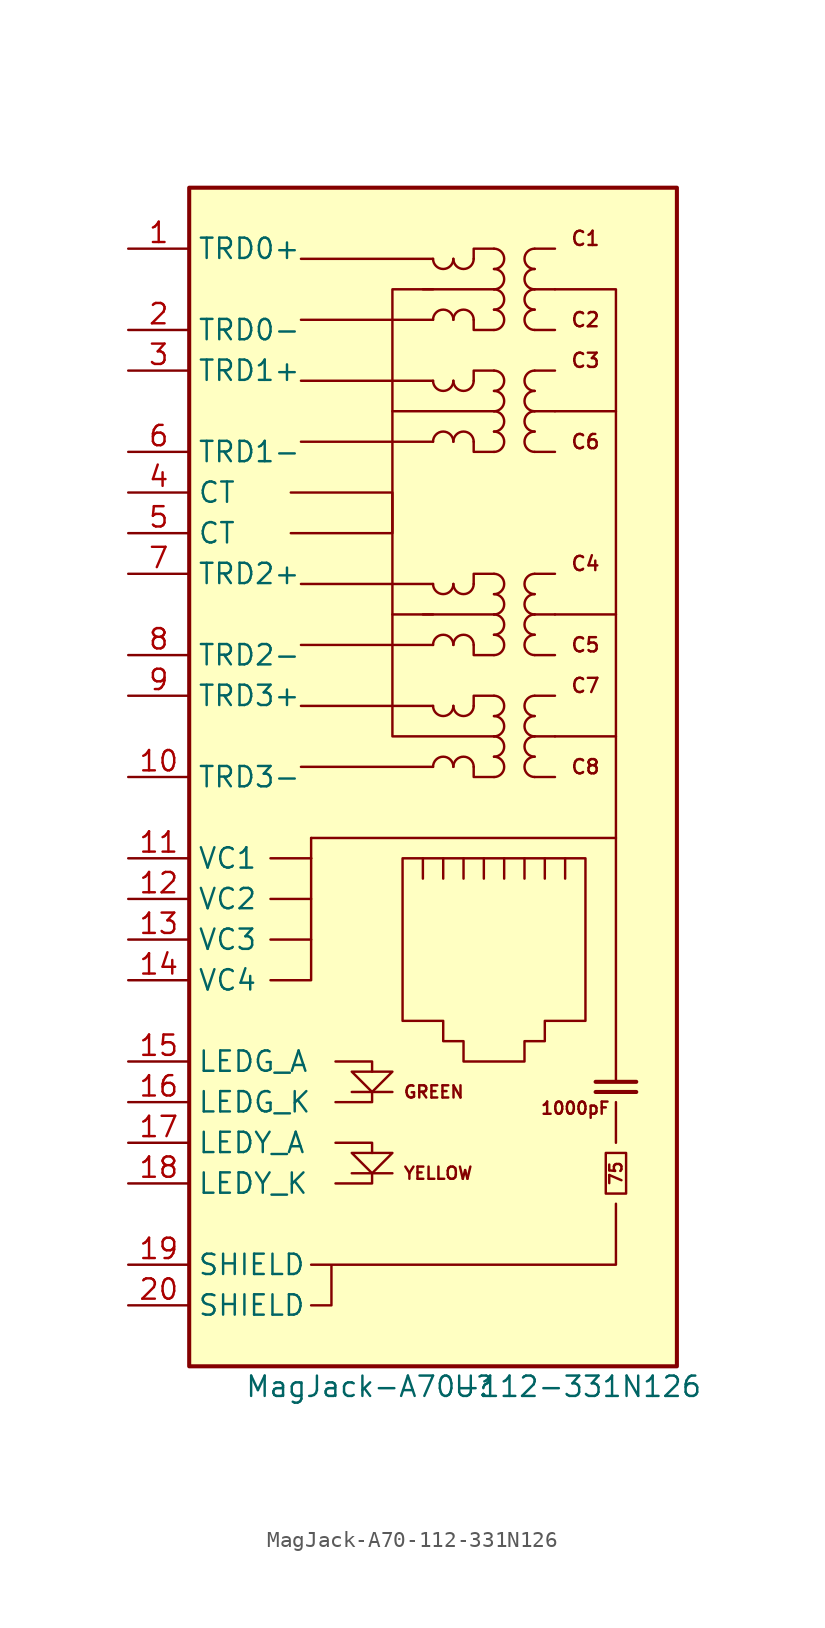
<source format=kicad_sym>
(kicad_symbol_lib
  (version 20220328)
  (generator kicad_symbol_editor)
  (symbol "MagJack-A70-112-331N126"
    (property "Reference" "U"
      (at 0 0 0)
      (effects (font (size 1.27 1.27))))
    (property "Value" "MagJack-A70-112-331N126"
      (at 0 0 0)
      (effects (font (size 1.27 1.27))))
    (symbol "MagJack-A70-112-331N126_0_1"
      (polyline (pts (xy 1.27 40.64) (xy -5.08 40.64) (xy -5.08 48.26) (xy -2.54 48.26) (xy -5.08 48.26)) (stroke (width 0) (type default)) (fill (type none)))
      (polyline (pts (xy 1.27 60.96) (xy -5.08 60.96) (xy -5.08 68.58) (xy -2.54 68.58) (xy -5.08 68.58)) (stroke (width 0) (type default)) (fill (type none))))
    (symbol "MagJack-A70-112-331N126_1_1"
      (rectangle (start -17.78 1.27) (end 12.7 74.93) (stroke (width 0.254) (type default)) (fill (type background)))
      (arc (start -2.54 42.545) (mid -1.905 41.91) (end -1.27 42.545) (stroke (width 0) (type default)) (fill (type none)))
      (arc (start -2.54 50.165) (mid -1.905 49.53) (end -1.27 50.165) (stroke (width 0) (type default)) (fill (type none)))
      (arc (start -2.54 62.865) (mid -1.905 62.23) (end -1.27 62.865) (stroke (width 0) (type default)) (fill (type none)))
      (arc (start -2.54 70.485) (mid -1.905 69.85) (end -1.27 70.485) (stroke (width 0) (type default)) (fill (type none)))
      (arc (start -1.27 38.735) (mid -1.905 39.37) (end -2.54 38.735) (stroke (width 0) (type default)) (fill (type none)))
      (arc (start -1.27 42.545) (mid -0.635 41.91) (end 0 42.545) (stroke (width 0) (type default)) (fill (type none)))
      (arc (start -1.27 46.355) (mid -1.905 46.99) (end -2.54 46.355) (stroke (width 0) (type default)) (fill (type none)))
      (arc (start -1.27 50.165) (mid -0.635 49.53) (end 0 50.165) (stroke (width 0) (type default)) (fill (type none)))
      (arc (start -1.27 59.055) (mid -1.905 59.69) (end -2.54 59.055) (stroke (width 0) (type default)) (fill (type none)))
      (arc (start -1.27 62.865) (mid -0.635 62.23) (end 0 62.865) (stroke (width 0) (type default)) (fill (type none)))
      (arc (start -1.27 66.675) (mid -1.905 67.31) (end -2.54 66.675) (stroke (width 0) (type default)) (fill (type none)))
      (arc (start -1.27 70.485) (mid -0.635 69.85) (end 0 70.485) (stroke (width 0) (type default)) (fill (type none)))
      (polyline (pts (xy -12.7 27.94) (xy -10.16 27.94)) (stroke (width 0) (type default)) (fill (type none)))
      (polyline (pts (xy -12.7 30.48) (xy -10.16 30.48)) (stroke (width 0) (type default)) (fill (type none)))
      (polyline (pts (xy -12.7 33.02) (xy -10.16 33.02)) (stroke (width 0) (type default)) (fill (type none)))
      (polyline (pts (xy -10.16 33.02) (xy -10.16 34.29)) (stroke (width 0) (type default)) (fill (type none)))
      (polyline (pts (xy -5.08 13.335) (xy -7.62 13.335)) (stroke (width 0) (type default)) (fill (type none)))
      (polyline (pts (xy -5.08 18.415) (xy -7.62 18.415)) (stroke (width 0) (type default)) (fill (type none)))
      (polyline (pts (xy -5.08 48.26) (xy -5.08 60.96)) (stroke (width 0) (type default)) (fill (type none)))
      (polyline (pts (xy -3.175 31.75) (xy -3.175 33.02)) (stroke (width 0) (type default)) (fill (type none)))
      (polyline (pts (xy -3.175 48.26) (xy 1.27 48.26)) (stroke (width 0) (type default)) (fill (type none)))
      (polyline (pts (xy -3.175 68.58) (xy 1.27 68.58)) (stroke (width 0) (type default)) (fill (type none)))
      (polyline (pts (xy -2.54 38.735) (xy -10.795 38.735)) (stroke (width 0) (type default)) (fill (type none)))
      (polyline (pts (xy -2.54 42.545) (xy -10.795 42.545)) (stroke (width 0) (type default)) (fill (type none)))
      (polyline (pts (xy -2.54 46.355) (xy -10.795 46.355)) (stroke (width 0) (type default)) (fill (type none)))
      (polyline (pts (xy -2.54 50.165) (xy -10.795 50.165)) (stroke (width 0) (type default)) (fill (type none)))
      (polyline (pts (xy -2.54 59.055) (xy -10.795 59.055)) (stroke (width 0) (type default)) (fill (type none)))
      (polyline (pts (xy -2.54 62.865) (xy -10.795 62.865)) (stroke (width 0) (type default)) (fill (type none)))
      (polyline (pts (xy -2.54 66.675) (xy -10.795 66.675)) (stroke (width 0) (type default)) (fill (type none)))
      (polyline (pts (xy -2.54 70.485) (xy -10.795 70.485)) (stroke (width 0) (type default)) (fill (type none)))
      (polyline (pts (xy -1.905 33.02) (xy -1.905 31.75)) (stroke (width 0) (type default)) (fill (type none)))
      (polyline (pts (xy -0.635 33.02) (xy -0.635 31.75)) (stroke (width 0) (type default)) (fill (type none)))
      (polyline (pts (xy 0.635 33.02) (xy 0.635 31.75)) (stroke (width 0) (type default)) (fill (type none)))
      (polyline (pts (xy 1.905 33.02) (xy 1.905 31.75)) (stroke (width 0) (type default)) (fill (type none)))
      (polyline (pts (xy 3.175 33.02) (xy 3.175 31.75)) (stroke (width 0) (type default)) (fill (type none)))
      (polyline (pts (xy 3.81 38.1) (xy 5.08 38.1)) (stroke (width 0) (type default)) (fill (type none)))
      (polyline (pts (xy 3.81 40.64) (xy 5.08 40.64)) (stroke (width 0) (type default)) (fill (type none)))
      (polyline (pts (xy 3.81 43.18) (xy 5.08 43.18)) (stroke (width 0) (type default)) (fill (type none)))
      (polyline (pts (xy 3.81 45.72) (xy 5.08 45.72)) (stroke (width 0) (type default)) (fill (type none)))
      (polyline (pts (xy 3.81 48.26) (xy 5.08 48.26)) (stroke (width 0) (type default)) (fill (type none)))
      (polyline (pts (xy 3.81 50.8) (xy 5.08 50.8)) (stroke (width 0) (type default)) (fill (type none)))
      (polyline (pts (xy 3.81 58.42) (xy 5.08 58.42)) (stroke (width 0) (type default)) (fill (type none)))
      (polyline (pts (xy 3.81 60.96) (xy 5.08 60.96)) (stroke (width 0) (type default)) (fill (type none)))
      (polyline (pts (xy 3.81 63.5) (xy 5.08 63.5)) (stroke (width 0) (type default)) (fill (type none)))
      (polyline (pts (xy 3.81 66.04) (xy 5.08 66.04)) (stroke (width 0) (type default)) (fill (type none)))
      (polyline (pts (xy 3.81 68.58) (xy 5.08 68.58)) (stroke (width 0) (type default)) (fill (type none)))
      (polyline (pts (xy 3.81 71.12) (xy 5.08 71.12)) (stroke (width 0) (type default)) (fill (type none)))
      (polyline (pts (xy 4.445 31.75) (xy 4.445 33.02)) (stroke (width 0) (type default)) (fill (type none)))
      (polyline (pts (xy 5.08 40.64) (xy 8.89 40.64)) (stroke (width 0) (type default)) (fill (type none)))
      (polyline (pts (xy 5.08 48.26) (xy 8.89 48.26)) (stroke (width 0) (type default)) (fill (type none)))
      (polyline (pts (xy 5.08 60.96) (xy 8.89 60.96)) (stroke (width 0) (type default)) (fill (type none)))
      (polyline (pts (xy 5.715 31.75) (xy 5.715 33.02)) (stroke (width 0) (type default)) (fill (type none)))
      (polyline (pts (xy 7.62 18.415) (xy 10.16 18.415)) (stroke (width 0.254) (type default)) (fill (type none)))
      (polyline (pts (xy 7.62 19.05) (xy 10.16 19.05)) (stroke (width 0.254) (type default)) (fill (type none)))
      (polyline (pts (xy 8.89 15.24) (xy 8.89 17.78)) (stroke (width 0) (type default)) (fill (type none)))
      (polyline (pts (xy 8.89 19.05) (xy 8.89 34.29)) (stroke (width 0) (type default)) (fill (type none)))
      (polyline (pts (xy -10.16 33.02) (xy -10.16 25.4) (xy -12.7 25.4)) (stroke (width 0) (type default)) (fill (type none)))
      (polyline (pts (xy -8.636 12.7) (xy -6.35 12.7) (xy -6.35 13.335)) (stroke (width 0) (type default)) (fill (type none)))
      (polyline (pts (xy -8.636 15.24) (xy -6.35 15.24) (xy -6.35 14.605)) (stroke (width 0) (type default)) (fill (type none)))
      (polyline (pts (xy -8.636 20.32) (xy -6.35 20.32) (xy -6.35 19.685)) (stroke (width 0) (type default)) (fill (type none)))
      (polyline (pts (xy -6.35 18.415) (xy -6.35 17.78) (xy -8.636 17.78)) (stroke (width 0) (type default)) (fill (type none)))
      (polyline (pts (xy 0 38.735) (xy 0 38.1) (xy 1.27 38.1)) (stroke (width 0) (type default)) (fill (type none)))
      (polyline (pts (xy 0 46.355) (xy 0 45.72) (xy 1.27 45.72)) (stroke (width 0) (type default)) (fill (type none)))
      (polyline (pts (xy 0 59.055) (xy 0 58.42) (xy 1.27 58.42)) (stroke (width 0) (type default)) (fill (type none)))
      (polyline (pts (xy 0 66.675) (xy 0 66.04) (xy 1.27 66.04)) (stroke (width 0) (type default)) (fill (type none)))
      (polyline (pts (xy 1.27 43.18) (xy 0 43.18) (xy 0 42.545)) (stroke (width 0) (type default)) (fill (type none)))
      (polyline (pts (xy 1.27 50.8) (xy 0 50.8) (xy 0 50.165)) (stroke (width 0) (type default)) (fill (type none)))
      (polyline (pts (xy 1.27 63.5) (xy 0 63.5) (xy 0 62.865)) (stroke (width 0) (type default)) (fill (type none)))
      (polyline (pts (xy 1.27 71.12) (xy 0 71.12) (xy 0 70.485)) (stroke (width 0) (type default)) (fill (type none)))
      (polyline (pts (xy -11.43 53.34) (xy -5.08 53.34) (xy -5.08 55.88) (xy -11.43 55.88)) (stroke (width 0) (type default)) (fill (type none)))
      (polyline (pts (xy -10.16 34.29) (xy 8.89 34.29) (xy 8.89 68.58) (xy 5.08 68.58)) (stroke (width 0) (type default)) (fill (type none)))
      (polyline (pts (xy -7.62 19.685) (xy -5.08 19.685) (xy -6.35 18.415) (xy -7.62 19.685)) (stroke (width 0) (type default)) (fill (type none)))
      (polyline (pts (xy -5.08 14.605) (xy -7.62 14.605) (xy -6.35 13.335) (xy -5.08 14.605)) (stroke (width 0) (type default)) (fill (type none)))
      (polyline (pts (xy -10.16 5.08) (xy -8.89 5.08) (xy -8.89 7.62) (xy -10.16 7.62) (xy -8.89 7.62) (xy 8.89 7.62) (xy 8.89 11.43)) (stroke (width 0) (type default)) (fill (type none)))
      (polyline (pts (xy -4.445 33.02) (xy 6.985 33.02) (xy 6.985 22.86) (xy 4.445 22.86) (xy 4.445 21.59) (xy 3.175 21.59) (xy 3.175 20.32) (xy -0.635 20.32) (xy -0.635 21.59) (xy -1.905 21.59) (xy -1.905 22.86) (xy -4.445 22.86) (xy -4.445 33.02)) (stroke (width 0) (type default)) (fill (type none)))
      (arc (start 0 38.735) (mid -0.635 39.37) (end -1.27 38.735) (stroke (width 0) (type default)) (fill (type none)))
      (arc (start 0 46.355) (mid -0.635 46.99) (end -1.27 46.355) (stroke (width 0) (type default)) (fill (type none)))
      (arc (start 0 59.055) (mid -0.635 59.69) (end -1.27 59.055) (stroke (width 0) (type default)) (fill (type none)))
      (arc (start 0 66.675) (mid -0.635 67.31) (end -1.27 66.675) (stroke (width 0) (type default)) (fill (type none)))
      (arc (start 1.27 38.1) (mid 1.905 38.735) (end 1.27 39.37) (stroke (width 0) (type default)) (fill (type none)))
      (arc (start 1.27 39.37) (mid 1.905 40.005) (end 1.27 40.64) (stroke (width 0) (type default)) (fill (type none)))
      (arc (start 1.27 40.64) (mid 1.905 41.275) (end 1.27 41.91) (stroke (width 0) (type default)) (fill (type none)))
      (arc (start 1.27 41.91) (mid 1.905 42.545) (end 1.27 43.18) (stroke (width 0) (type default)) (fill (type none)))
      (arc (start 1.27 45.72) (mid 1.905 46.355) (end 1.27 46.99) (stroke (width 0) (type default)) (fill (type none)))
      (arc (start 1.27 46.99) (mid 1.905 47.625) (end 1.27 48.26) (stroke (width 0) (type default)) (fill (type none)))
      (arc (start 1.27 48.26) (mid 1.905 48.895) (end 1.27 49.53) (stroke (width 0) (type default)) (fill (type none)))
      (arc (start 1.27 49.53) (mid 1.905 50.165) (end 1.27 50.8) (stroke (width 0) (type default)) (fill (type none)))
      (arc (start 1.27 58.42) (mid 1.905 59.055) (end 1.27 59.69) (stroke (width 0) (type default)) (fill (type none)))
      (arc (start 1.27 59.69) (mid 1.905 60.325) (end 1.27 60.96) (stroke (width 0) (type default)) (fill (type none)))
      (arc (start 1.27 60.96) (mid 1.905 61.595) (end 1.27 62.23) (stroke (width 0) (type default)) (fill (type none)))
      (arc (start 1.27 62.23) (mid 1.905 62.865) (end 1.27 63.5) (stroke (width 0) (type default)) (fill (type none)))
      (arc (start 1.27 66.04) (mid 1.905 66.675) (end 1.27 67.31) (stroke (width 0) (type default)) (fill (type none)))
      (arc (start 1.27 67.31) (mid 1.905 67.945) (end 1.27 68.58) (stroke (width 0) (type default)) (fill (type none)))
      (arc (start 1.27 68.58) (mid 1.905 69.215) (end 1.27 69.85) (stroke (width 0) (type default)) (fill (type none)))
      (arc (start 1.27 69.85) (mid 1.905 70.485) (end 1.27 71.12) (stroke (width 0) (type default)) (fill (type none)))
      (arc (start 3.81 39.37) (mid 3.175 38.735) (end 3.81 38.1) (stroke (width 0) (type default)) (fill (type none)))
      (arc (start 3.81 40.64) (mid 3.175 40.005) (end 3.81 39.37) (stroke (width 0) (type default)) (fill (type none)))
      (arc (start 3.81 41.91) (mid 3.175 41.275) (end 3.81 40.64) (stroke (width 0) (type default)) (fill (type none)))
      (arc (start 3.81 43.18) (mid 3.175 42.545) (end 3.81 41.91) (stroke (width 0) (type default)) (fill (type none)))
      (arc (start 3.81 46.99) (mid 3.175 46.355) (end 3.81 45.72) (stroke (width 0) (type default)) (fill (type none)))
      (arc (start 3.81 48.26) (mid 3.175 47.625) (end 3.81 46.99) (stroke (width 0) (type default)) (fill (type none)))
      (arc (start 3.81 49.53) (mid 3.175 48.895) (end 3.81 48.26) (stroke (width 0) (type default)) (fill (type none)))
      (arc (start 3.81 50.8) (mid 3.175 50.165) (end 3.81 49.53) (stroke (width 0) (type default)) (fill (type none)))
      (arc (start 3.81 59.69) (mid 3.175 59.055) (end 3.81 58.42) (stroke (width 0) (type default)) (fill (type none)))
      (arc (start 3.81 60.96) (mid 3.175 60.325) (end 3.81 59.69) (stroke (width 0) (type default)) (fill (type none)))
      (arc (start 3.81 62.23) (mid 3.175 61.595) (end 3.81 60.96) (stroke (width 0) (type default)) (fill (type none)))
      (arc (start 3.81 63.5) (mid 3.175 62.865) (end 3.81 62.23) (stroke (width 0) (type default)) (fill (type none)))
      (arc (start 3.81 67.31) (mid 3.175 66.675) (end 3.81 66.04) (stroke (width 0) (type default)) (fill (type none)))
      (arc (start 3.81 68.58) (mid 3.175 67.945) (end 3.81 67.31) (stroke (width 0) (type default)) (fill (type none)))
      (arc (start 3.81 69.85) (mid 3.175 69.215) (end 3.81 68.58) (stroke (width 0) (type default)) (fill (type none)))
      (arc (start 3.81 71.12) (mid 3.175 70.485) (end 3.81 69.85) (stroke (width 0) (type default)) (fill (type none)))
      (rectangle (start 9.525 12.065) (end 8.255 14.605) (stroke (width 0) (type default)) (fill (type none)))
      (text "1000pF" (at 6.35 17.399 0) (effects (font (size 0.762 0.762))))
      (text "75" (at 8.89 13.335 900) (effects (font (size 0.762 0.762))))
      (text "C1" (at 6.985 71.755 0) (effects (font (size 0.889 0.889))))
      (text "C2" (at 6.985 66.675 0) (effects (font (size 0.889 0.889))))
      (text "C3" (at 6.985 64.135 0) (effects (font (size 0.889 0.889))))
      (text "C4" (at 6.985 51.435 0) (effects (font (size 0.889 0.889))))
      (text "C5" (at 6.985 46.355 0) (effects (font (size 0.889 0.889))))
      (text "C6" (at 6.985 59.055 0) (effects (font (size 0.889 0.889))))
      (text "C7" (at 6.985 43.815 0) (effects (font (size 0.889 0.889))))
      (text "C8" (at 6.985 38.735 0) (effects (font (size 0.889 0.889))))
      (text "GREEN" (at -4.445 18.415 0) (effects (font (size 0.762 0.762)) (justify left)))
      (text "YELLOW" (at -4.445 13.335 0) (effects (font (size 0.762 0.762)) (justify left)))
      (pin passive line (at -21.59 71.12 0) (length 3.81) (name "TRD0+" (effects (font (size 1.27 1.27)))) (number "1" (effects (font (size 1.27 1.27)))))
      (pin passive line (at -21.59 38.1 0) (length 3.81) (name "TRD3-" (effects (font (size 1.27 1.27)))) (number "10" (effects (font (size 1.27 1.27)))))
      (pin passive line (at -21.59 33.02 0) (length 3.81) (name "VC1" (effects (font (size 1.27 1.27)))) (number "11" (effects (font (size 1.27 1.27)))))
      (pin passive line (at -21.59 30.48 0) (length 3.81) (name "VC2" (effects (font (size 1.27 1.27)))) (number "12" (effects (font (size 1.27 1.27)))))
      (pin passive line (at -21.59 27.94 0) (length 3.81) (name "VC3" (effects (font (size 1.27 1.27)))) (number "13" (effects (font (size 1.27 1.27)))))
      (pin passive line (at -21.59 25.4 0) (length 3.81) (name "VC4" (effects (font (size 1.27 1.27)))) (number "14" (effects (font (size 1.27 1.27)))))
      (pin passive line (at -21.59 20.32 0) (length 3.81) (name "LEDG_A" (effects (font (size 1.27 1.27)))) (number "15" (effects (font (size 1.27 1.27)))))
      (pin passive line (at -21.59 17.78 0) (length 3.81) (name "LEDG_K" (effects (font (size 1.27 1.27)))) (number "16" (effects (font (size 1.27 1.27)))))
      (pin passive line (at -21.59 15.24 0) (length 3.81) (name "LEDY_A" (effects (font (size 1.27 1.27)))) (number "17" (effects (font (size 1.27 1.27)))))
      (pin passive line (at -21.59 12.7 0) (length 3.81) (name "LEDY_K" (effects (font (size 1.27 1.27)))) (number "18" (effects (font (size 1.27 1.27)))))
      (pin passive line (at -21.59 7.62 0) (length 3.81) (name "SHIELD" (effects (font (size 1.27 1.27)))) (number "19" (effects (font (size 1.27 1.27)))))
      (pin passive line (at -21.59 66.04 0) (length 3.81) (name "TRD0-" (effects (font (size 1.27 1.27)))) (number "2" (effects (font (size 1.27 1.27)))))
      (pin passive line (at -21.59 5.08 0) (length 3.81) (name "SHIELD" (effects (font (size 1.27 1.27)))) (number "20" (effects (font (size 1.27 1.27)))))
      (pin passive line (at -21.59 63.5 0) (length 3.81) (name "TRD1+" (effects (font (size 1.27 1.27)))) (number "3" (effects (font (size 1.27 1.27)))))
      (pin passive line (at -21.59 55.88 0) (length 3.81) (name "CT" (effects (font (size 1.27 1.27)))) (number "4" (effects (font (size 1.27 1.27)))))
      (pin passive line (at -21.59 53.34 0) (length 3.81) (name "CT" (effects (font (size 1.27 1.27)))) (number "5" (effects (font (size 1.27 1.27)))))
      (pin passive line (at -21.59 58.42 0) (length 3.81) (name "TRD1-" (effects (font (size 1.27 1.27)))) (number "6" (effects (font (size 1.27 1.27)))))
      (pin passive line (at -21.59 50.8 0) (length 3.81) (name "TRD2+" (effects (font (size 1.27 1.27)))) (number "7" (effects (font (size 1.27 1.27)))))
      (pin passive line (at -21.59 45.72 0) (length 3.81) (name "TRD2-" (effects (font (size 1.27 1.27)))) (number "8" (effects (font (size 1.27 1.27)))))
      (pin passive line (at -21.59 43.18 0) (length 3.81) (name "TRD3+" (effects (font (size 1.27 1.27)))) (number "9" (effects (font (size 1.27 1.27))))))))
</source>
